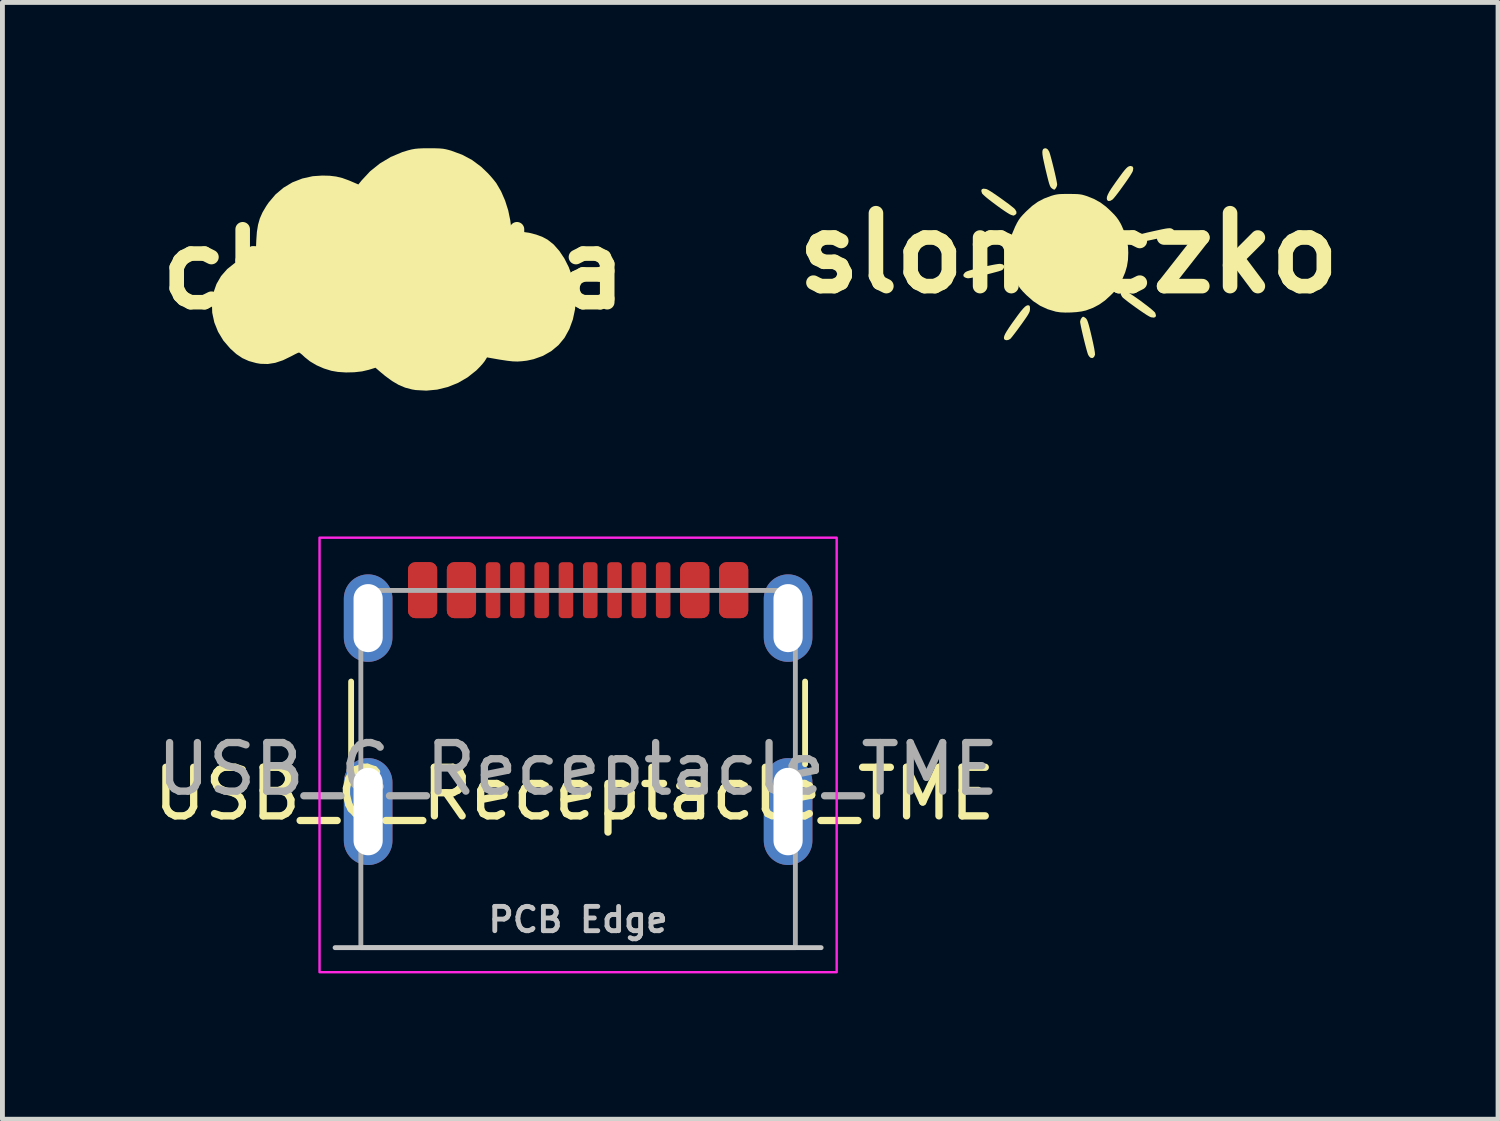
<source format=kicad_pcb>
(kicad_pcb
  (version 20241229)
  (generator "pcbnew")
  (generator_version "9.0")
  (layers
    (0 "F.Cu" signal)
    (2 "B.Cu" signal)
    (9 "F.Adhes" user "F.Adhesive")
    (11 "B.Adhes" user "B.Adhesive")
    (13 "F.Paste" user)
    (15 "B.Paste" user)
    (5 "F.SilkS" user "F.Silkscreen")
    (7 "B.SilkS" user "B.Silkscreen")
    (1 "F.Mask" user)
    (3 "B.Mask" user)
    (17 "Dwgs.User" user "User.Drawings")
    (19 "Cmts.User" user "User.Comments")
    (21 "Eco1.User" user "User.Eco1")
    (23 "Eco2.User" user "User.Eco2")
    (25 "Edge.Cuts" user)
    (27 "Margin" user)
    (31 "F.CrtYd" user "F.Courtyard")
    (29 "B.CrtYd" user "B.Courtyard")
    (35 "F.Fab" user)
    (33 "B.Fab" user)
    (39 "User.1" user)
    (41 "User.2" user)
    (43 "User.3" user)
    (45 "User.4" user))
  (footprint "chmurka"
    (layer "F.Cu")
    (at 5.05 2.489)
    (property "Reference" "chmurka" (at 0 0 0) (layer "F.SilkS") (effects (font (size 1.5 1.5) (thickness 0.3))))
    (attr board_only exclude_from_pos_files exclude_from_bom)
    (fp_poly (pts (xy 0.74 -2.489) (xy 0.855 -2.488) (xy 0.943 -2.485) (xy 1.013 -2.479) (xy 1.074 -2.468) (xy 1.138 -2.452) (xy 1.186 -2.438) (xy 1.413 -2.354) (xy 1.615 -2.245) (xy 1.799 -2.108) (xy 1.93 -1.983) (xy 1.994 -1.914) (xy 2.055 -1.842) (xy 2.104 -1.78) (xy 2.115 -1.764) (xy 2.21 -1.601) (xy 2.292 -1.412) (xy 2.356 -1.211) (xy 2.398 -1.008) (xy 2.409 -0.922) (xy 2.415 -0.864) (xy 2.423 -0.825) (xy 2.441 -0.801) (xy 2.473 -0.786) (xy 2.529 -0.778) (xy 2.612 -0.772) (xy 2.644 -0.77) (xy 2.785 -0.75) (xy 2.93 -0.713) (xy 3.064 -0.663) (xy 3.166 -0.608) (xy 3.292 -0.508) (xy 3.408 -0.376) (xy 3.512 -0.22) (xy 3.6 -0.046) (xy 3.67 0.142) (xy 3.719 0.335) (xy 3.744 0.529) (xy 3.746 0.609) (xy 3.731 0.824) (xy 3.686 1.034) (xy 3.614 1.231) (xy 3.518 1.405) (xy 3.514 1.412) (xy 3.391 1.561) (xy 3.242 1.685) (xy 3.07 1.783) (xy 2.879 1.851) (xy 2.741 1.881) (xy 2.64 1.893) (xy 2.547 1.899) (xy 2.45 1.896) (xy 2.341 1.884) (xy 2.208 1.864) (xy 2.164 1.857) (xy 1.92 1.814) (xy 1.872 1.891) (xy 1.835 1.939) (xy 1.78 2.001) (xy 1.717 2.065) (xy 1.699 2.083) (xy 1.521 2.224) (xy 1.325 2.338) (xy 1.114 2.423) (xy 0.894 2.477) (xy 0.672 2.498) (xy 0.452 2.486) (xy 0.375 2.473) (xy 0.235 2.436) (xy 0.101 2.379) (xy -0.034 2.3) (xy -0.177 2.195) (xy -0.267 2.12) (xy -0.375 2.027) (xy -0.511 2.069) (xy -0.651 2.102) (xy -0.813 2.12) (xy -0.983 2.124) (xy -1.148 2.113) (xy -1.281 2.09) (xy -1.436 2.042) (xy -1.587 1.976) (xy -1.722 1.896) (xy -1.831 1.809) (xy -1.834 1.806) (xy -1.883 1.76) (xy -1.924 1.727) (xy -1.947 1.714) (xy -1.948 1.714) (xy -1.973 1.722) (xy -2.022 1.745) (xy -2.084 1.778) (xy -2.105 1.789) (xy -2.278 1.873) (xy -2.437 1.926) (xy -2.589 1.95) (xy -2.741 1.946) (xy -2.828 1.931) (xy -2.98 1.889) (xy -3.113 1.829) (xy -3.238 1.745) (xy -3.364 1.631) (xy -3.505 1.467) (xy -3.614 1.286) (xy -3.691 1.094) (xy -3.734 0.894) (xy -3.74 0.691) (xy -3.74 0.684) (xy -3.71 0.486) (xy -3.646 0.304) (xy -3.551 0.14) (xy -3.425 -0.004) (xy -3.269 -0.128) (xy -3.085 -0.229) (xy -2.997 -0.265) (xy -2.838 -0.325) (xy -2.827 -0.593) (xy -2.815 -0.767) (xy -2.791 -0.915) (xy -2.754 -1.045) (xy -2.699 -1.17) (xy -2.623 -1.298) (xy -2.574 -1.37) (xy -2.433 -1.537) (xy -2.269 -1.676) (xy -2.084 -1.787) (xy -1.881 -1.866) (xy -1.665 -1.914) (xy -1.47 -1.927) (xy -1.316 -1.923) (xy -1.184 -1.907) (xy -1.059 -1.877) (xy -0.929 -1.83) (xy -0.883 -1.811) (xy -0.727 -1.744) (xy -0.66 -1.827) (xy -0.485 -2.015) (xy -0.284 -2.176) (xy -0.062 -2.309) (xy 0.178 -2.41) (xy 0.3 -2.447) (xy 0.372 -2.465) (xy 0.44 -2.477) (xy 0.514 -2.484) (xy 0.604 -2.488) (xy 0.72 -2.489)) (stroke (width 0) (type solid)) (fill yes) (layer "F.SilkS")))
  (footprint "USB_C_Receptacle_TME"
    (layer "F.Cu")
    (at 8.844 12.772)
    (property "Reference" "USB_C_Receptacle_TME" (at -0.076 0.509 0) (unlocked yes) (layer "F.SilkS") (effects (font (size 1 1) (thickness 0.15))))
    (attr smd)
    (fp_line (start -4.67 -0.1) (end -4.67 -1.8) (stroke (width 0.12) (type solid)) (layer "F.SilkS"))
    (fp_line (start 4.67 -0.1) (end 4.67 -1.8) (stroke (width 0.12) (type solid)) (layer "F.SilkS"))
    (fp_line (start 5 3.675) (end -5 3.675) (stroke (width 0.1) (type solid)) (layer "Dwgs.User"))
    (fp_rect (start -5.32 -4.76) (end 5.32 4.18) (stroke (width 0.05) (type solid)) (fill no) (layer "F.CrtYd"))
    (fp_rect (start -4.47 -3.675) (end 4.47 3.675) (stroke (width 0.1) (type solid)) (fill no) (layer "F.Fab"))
    (fp_text user "PCB Edge" (at 0 3.1 0) (unlocked yes) (layer "Dwgs.User") (effects (font (size 0.5 0.5) (thickness 0.1))))
    (fp_text user "${REFERENCE}" (at 0 0 0) (unlocked yes) (layer "F.Fab") (effects (font (size 1 1) (thickness 0.15))))
    (pad "A1" smd roundrect (at -3.2 -3.68) (size 0.6 1.15) (layers "F.Cu" "F.Mask" "F.Paste") (roundrect_rratio 0.25))
    (pad "A4" smd roundrect (at -2.4 -3.68) (size 0.6 1.15) (layers "F.Cu" "F.Mask" "F.Paste") (roundrect_rratio 0.25))
    (pad "A5" smd roundrect (at -1.25 -3.68) (size 0.3 1.15) (layers "F.Cu" "F.Mask" "F.Paste") (roundrect_rratio 0.25))
    (pad "A6" smd roundrect (at -0.25 -3.68) (size 0.3 1.15) (layers "F.Cu" "F.Mask" "F.Paste") (roundrect_rratio 0.25))
    (pad "A7" smd roundrect (at 0.25 -3.68) (size 0.3 1.15) (layers "F.Cu" "F.Mask" "F.Paste") (roundrect_rratio 0.25))
    (pad "A8" smd roundrect (at 1.25 -3.68) (size 0.3 1.15) (layers "F.Cu" "F.Mask" "F.Paste") (roundrect_rratio 0.25))
    (pad "A9" smd roundrect (at 2.4 -3.68) (size 0.6 1.15) (layers "F.Cu" "F.Mask" "F.Paste") (roundrect_rratio 0.25))
    (pad "A12" smd roundrect (at 3.2 -3.68) (size 0.6 1.15) (layers "F.Cu" "F.Mask" "F.Paste") (roundrect_rratio 0.25))
    (pad "B1" smd roundrect (at 3.2 -3.68) (size 0.6 1.15) (layers "F.Cu" "F.Mask" "F.Paste") (roundrect_rratio 0.25))
    (pad "B4" smd roundrect (at 2.4 -3.68) (size 0.6 1.15) (layers "F.Cu" "F.Mask" "F.Paste") (roundrect_rratio 0.25))
    (pad "B5" smd roundrect (at 1.75 -3.68) (size 0.3 1.15) (layers "F.Cu" "F.Mask" "F.Paste") (roundrect_rratio 0.25))
    (pad "B6" smd roundrect (at 0.75 -3.68) (size 0.3 1.15) (layers "F.Cu" "F.Mask" "F.Paste") (roundrect_rratio 0.25))
    (pad "B7" smd roundrect (at -0.75 -3.68) (size 0.3 1.15) (layers "F.Cu" "F.Mask" "F.Paste") (roundrect_rratio 0.25))
    (pad "B8" smd roundrect (at -1.75 -3.68) (size 0.3 1.15) (layers "F.Cu" "F.Mask" "F.Paste") (roundrect_rratio 0.25))
    (pad "B9" smd roundrect (at -2.4 -3.68) (size 0.6 1.15) (layers "F.Cu" "F.Mask" "F.Paste") (roundrect_rratio 0.25))
    (pad "B12" smd roundrect (at -3.2 -3.68) (size 0.6 1.15) (layers "F.Cu" "F.Mask" "F.Paste") (roundrect_rratio 0.25))
    (pad "S1" thru_hole oval (at -4.32 -3.105) (size 1 1.8) (drill oval 0.6 1.4) (property pad_prop_heatsink) (layers "*.Cu" "*.Mask" "F.Paste"))
    (pad "S1" thru_hole oval (at -4.32 0.875) (size 1 2.2) (drill oval 0.6 1.8) (property pad_prop_heatsink) (layers "*.Cu" "*.Mask" "F.Paste"))
    (pad "S1" thru_hole oval (at 4.32 -3.105) (size 1 1.8) (drill oval 0.6 1.4) (property pad_prop_heatsink) (layers "*.Cu" "*.Mask" "F.Paste"))
    (pad "S1" thru_hole oval (at 4.32 0.875) (size 1 2.2) (drill oval 0.6 1.8) (property pad_prop_heatsink) (layers "*.Cu" "*.Mask" "F.Paste")))
  (footprint "sloneczko"
    (layer "F.Cu")
    (at 18.936 2.158)
    (property "Reference" "sloneczko" (at 0 0 0) (layer "F.SilkS") (effects (font (size 1.5 1.5) (thickness 0.3))))
    (attr board_only exclude_from_pos_files exclude_from_bom)
    (fp_poly (pts (xy 1.177 0.786) (xy 1.211 0.801) (xy 1.264 0.833) (xy 1.33 0.876) (xy 1.405 0.928) (xy 1.485 0.985) (xy 1.563 1.044) (xy 1.637 1.1) (xy 1.7 1.151) (xy 1.749 1.194) (xy 1.778 1.223) (xy 1.782 1.231) (xy 1.797 1.281) (xy 1.787 1.314) (xy 1.754 1.327) (xy 1.699 1.32) (xy 1.681 1.314) (xy 1.65 1.298) (xy 1.598 1.267) (xy 1.532 1.223) (xy 1.457 1.172) (xy 1.378 1.116) (xy 1.3 1.059) (xy 1.227 1.006) (xy 1.167 0.958) (xy 1.122 0.922) (xy 1.101 0.9) (xy 1.074 0.851) (xy 1.076 0.811) (xy 1.101 0.786) (xy 1.148 0.78)) (stroke (width 0) (type solid)) (fill yes) (layer "F.SilkS"))
    (fp_poly (pts (xy -1.359 0.23) (xy -1.329 0.256) (xy -1.325 0.291) (xy -1.349 0.331) (xy -1.368 0.348) (xy -1.393 0.359) (xy -1.443 0.375) (xy -1.513 0.394) (xy -1.596 0.416) (xy -1.686 0.439) (xy -1.78 0.461) (xy -1.869 0.481) (xy -1.949 0.498) (xy -2.015 0.511) (xy -2.059 0.517) (xy -2.072 0.518) (xy -2.108 0.51) (xy -2.136 0.499) (xy -2.164 0.474) (xy -2.164 0.44) (xy -2.137 0.403) (xy -2.114 0.385) (xy -2.083 0.371) (xy -2.028 0.353) (xy -1.953 0.332) (xy -1.866 0.31) (xy -1.772 0.287) (xy -1.677 0.266) (xy -1.587 0.247) (xy -1.508 0.232) (xy -1.447 0.223) (xy -1.413 0.22)) (stroke (width 0) (type solid)) (fill yes) (layer "F.SilkS"))
    (fp_poly (pts (xy -1.699 -1.32) (xy -1.681 -1.314) (xy -1.65 -1.298) (xy -1.598 -1.267) (xy -1.532 -1.223) (xy -1.457 -1.172) (xy -1.378 -1.116) (xy -1.3 -1.059) (xy -1.227 -1.006) (xy -1.167 -0.958) (xy -1.122 -0.922) (xy -1.101 -0.9) (xy -1.074 -0.852) (xy -1.075 -0.813) (xy -1.1 -0.787) (xy -1.126 -0.775) (xy -1.135 -0.772) (xy -1.152 -0.777) (xy -1.183 -0.786) (xy -1.216 -0.802) (xy -1.267 -0.833) (xy -1.332 -0.876) (xy -1.407 -0.928) (xy -1.485 -0.985) (xy -1.564 -1.044) (xy -1.637 -1.1) (xy -1.7 -1.151) (xy -1.748 -1.194) (xy -1.777 -1.223) (xy -1.782 -1.231) (xy -1.797 -1.281) (xy -1.787 -1.314) (xy -1.754 -1.327)) (stroke (width 0) (type solid)) (fill yes) (layer "F.SilkS"))
    (fp_poly (pts (xy 1.315 -1.782) (xy 1.33 -1.75) (xy 1.323 -1.699) (xy 1.315 -1.676) (xy 1.296 -1.642) (xy 1.263 -1.588) (xy 1.218 -1.521) (xy 1.166 -1.446) (xy 1.109 -1.367) (xy 1.053 -1.289) (xy 1 -1.219) (xy 0.954 -1.16) (xy 0.919 -1.119) (xy 0.902 -1.102) (xy 0.857 -1.076) (xy 0.818 -1.072) (xy 0.794 -1.09) (xy 0.792 -1.094) (xy 0.785 -1.124) (xy 0.789 -1.16) (xy 0.806 -1.205) (xy 0.836 -1.263) (xy 0.882 -1.336) (xy 0.946 -1.428) (xy 0.984 -1.482) (xy 1.055 -1.58) (xy 1.11 -1.655) (xy 1.154 -1.71) (xy 1.188 -1.748) (xy 1.216 -1.773) (xy 1.24 -1.786) (xy 1.263 -1.792) (xy 1.277 -1.793)) (stroke (width 0) (type solid)) (fill yes) (layer "F.SilkS"))
    (fp_poly (pts (xy 2.099 -0.511) (xy 2.119 -0.505) (xy 2.122 -0.504) (xy 2.158 -0.482) (xy 2.168 -0.456) (xy 2.167 -0.45) (xy 2.157 -0.424) (xy 2.134 -0.4) (xy 2.093 -0.377) (xy 2.032 -0.354) (xy 1.949 -0.329) (xy 1.839 -0.302) (xy 1.768 -0.286) (xy 1.643 -0.259) (xy 1.544 -0.24) (xy 1.469 -0.228) (xy 1.415 -0.222) (xy 1.376 -0.224) (xy 1.351 -0.232) (xy 1.337 -0.243) (xy 1.324 -0.276) (xy 1.324 -0.292) (xy 1.333 -0.315) (xy 1.354 -0.336) (xy 1.389 -0.356) (xy 1.442 -0.376) (xy 1.516 -0.398) (xy 1.615 -0.423) (xy 1.74 -0.451) (xy 1.851 -0.475) (xy 1.935 -0.493) (xy 1.998 -0.505) (xy 2.043 -0.511) (xy 2.076 -0.513)) (stroke (width 0) (type solid)) (fill yes) (layer "F.SilkS"))
    (fp_poly (pts (xy -0.43 -2.134) (xy -0.402 -2.093) (xy -0.391 -2.063) (xy -0.375 -2.01) (xy -0.355 -1.937) (xy -0.333 -1.852) (xy -0.31 -1.76) (xy -0.288 -1.668) (xy -0.268 -1.581) (xy -0.252 -1.506) (xy -0.241 -1.448) (xy -0.236 -1.414) (xy -0.236 -1.411) (xy -0.243 -1.377) (xy -0.261 -1.34) (xy -0.283 -1.312) (xy -0.296 -1.305) (xy -0.316 -1.314) (xy -0.34 -1.328) (xy -0.356 -1.342) (xy -0.371 -1.359) (xy -0.384 -1.385) (xy -0.398 -1.423) (xy -0.414 -1.477) (xy -0.433 -1.551) (xy -0.457 -1.649) (xy -0.48 -1.744) (xy -0.507 -1.865) (xy -0.527 -1.958) (xy -0.538 -2.029) (xy -0.541 -2.08) (xy -0.536 -2.116) (xy -0.524 -2.139) (xy -0.506 -2.153) (xy -0.467 -2.158)) (stroke (width 0) (type solid)) (fill yes) (layer "F.SilkS"))
    (fp_poly (pts (xy 0.334 1.325) (xy 0.352 1.338) (xy 0.367 1.355) (xy 0.381 1.379) (xy 0.395 1.415) (xy 0.411 1.466) (xy 0.43 1.536) (xy 0.453 1.629) (xy 0.48 1.744) (xy 0.507 1.866) (xy 0.527 1.964) (xy 0.539 2.038) (xy 0.543 2.084) (xy 0.542 2.094) (xy 0.522 2.138) (xy 0.49 2.159) (xy 0.452 2.153) (xy 0.452 2.153) (xy 0.425 2.128) (xy 0.402 2.093) (xy 0.391 2.063) (xy 0.375 2.009) (xy 0.355 1.936) (xy 0.333 1.851) (xy 0.31 1.759) (xy 0.288 1.666) (xy 0.268 1.579) (xy 0.252 1.504) (xy 0.241 1.446) (xy 0.236 1.412) (xy 0.236 1.41) (xy 0.246 1.369) (xy 0.265 1.335) (xy 0.288 1.311) (xy 0.308 1.31)) (stroke (width 0) (type solid)) (fill yes) (layer "F.SilkS"))
    (fp_poly (pts (xy -0.827 1.073) (xy -0.806 1.081) (xy -0.797 1.102) (xy -0.795 1.146) (xy -0.795 1.148) (xy -0.797 1.175) (xy -0.802 1.2) (xy -0.815 1.23) (xy -0.836 1.268) (xy -0.868 1.318) (xy -0.915 1.385) (xy -0.977 1.473) (xy -0.982 1.479) (xy -1.04 1.559) (xy -1.095 1.633) (xy -1.142 1.694) (xy -1.178 1.739) (xy -1.199 1.763) (xy -1.201 1.765) (xy -1.243 1.787) (xy -1.286 1.792) (xy -1.318 1.779) (xy -1.329 1.763) (xy -1.331 1.737) (xy -1.324 1.704) (xy -1.305 1.66) (xy -1.272 1.603) (xy -1.224 1.529) (xy -1.159 1.435) (xy -1.117 1.377) (xy -1.044 1.276) (xy -0.985 1.198) (xy -0.937 1.142) (xy -0.9 1.104) (xy -0.869 1.082) (xy -0.843 1.073)) (stroke (width 0) (type solid)) (fill yes) (layer "F.SilkS"))
    (fp_poly (pts (xy 0.008 -1.218) (xy 0.103 -1.217) (xy 0.175 -1.215) (xy 0.23 -1.21) (xy 0.278 -1.202) (xy 0.325 -1.189) (xy 0.37 -1.175) (xy 0.519 -1.116) (xy 0.649 -1.045) (xy 0.77 -0.955) (xy 0.874 -0.858) (xy 0.942 -0.789) (xy 0.992 -0.73) (xy 1.031 -0.674) (xy 1.068 -0.612) (xy 1.091 -0.566) (xy 1.156 -0.415) (xy 1.199 -0.273) (xy 1.222 -0.128) (xy 1.227 -0.005) (xy 1.221 0.14) (xy 1.2 0.27) (xy 1.163 0.397) (xy 1.106 0.532) (xy 1.098 0.55) (xy 1.062 0.622) (xy 1.029 0.679) (xy 0.994 0.729) (xy 0.95 0.78) (xy 0.891 0.841) (xy 0.867 0.865) (xy 0.748 0.974) (xy 0.629 1.058) (xy 0.502 1.125) (xy 0.357 1.179) (xy 0.354 1.18) (xy 0.27 1.199) (xy 0.166 1.213) (xy 0.05 1.221) (xy -0.065 1.223) (xy -0.171 1.218) (xy -0.257 1.205) (xy -0.26 1.205) (xy -0.431 1.154) (xy -0.585 1.083) (xy -0.728 0.988) (xy -0.866 0.866) (xy -0.874 0.858) (xy -0.942 0.789) (xy -0.992 0.731) (xy -1.031 0.675) (xy -1.067 0.612) (xy -1.091 0.566) (xy -1.156 0.415) (xy -1.199 0.273) (xy -1.222 0.128) (xy -1.227 0.005) (xy -1.221 -0.14) (xy -1.2 -0.27) (xy -1.163 -0.397) (xy -1.106 -0.532) (xy -1.098 -0.55) (xy -1.062 -0.622) (xy -1.029 -0.679) (xy -0.994 -0.729) (xy -0.95 -0.78) (xy -0.891 -0.841) (xy -0.867 -0.865) (xy -0.749 -0.973) (xy -0.632 -1.057) (xy -0.506 -1.123) (xy -0.362 -1.177) (xy -0.346 -1.182) (xy -0.294 -1.197) (xy -0.246 -1.207) (xy -0.194 -1.214) (xy -0.129 -1.217) (xy -0.044 -1.218)) (stroke (width 0) (type solid)) (fill yes) (layer "F.SilkS")))
  (gr_rect
    (start -3 -3)
    (end 27.771 19.977)
    (stroke (width 0.1) (type default))
    (fill no)
    (layer "Edge.Cuts")))
</source>
